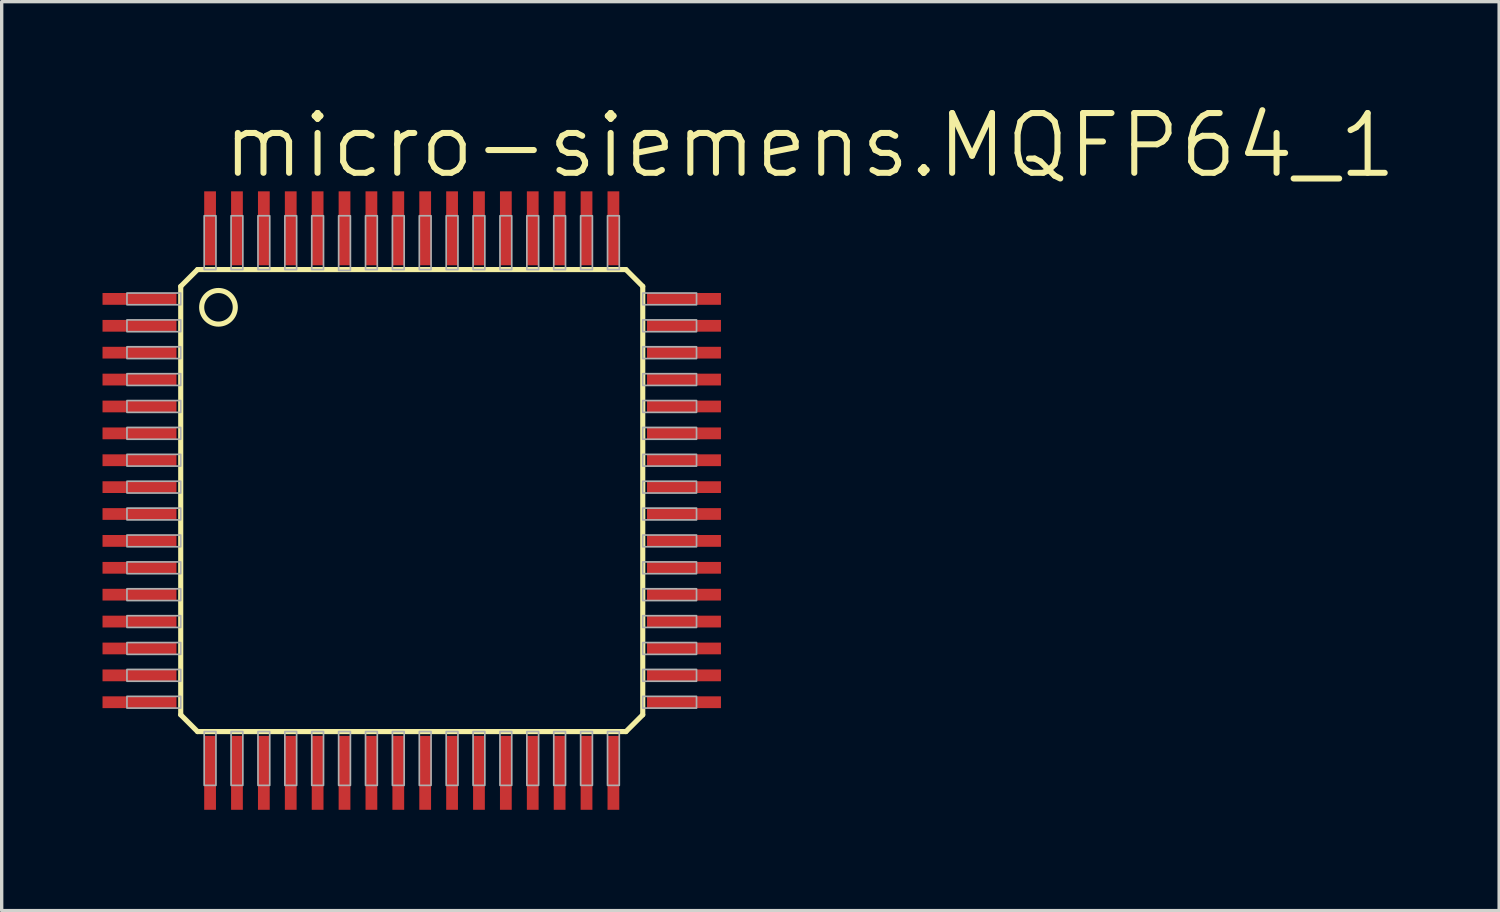
<source format=kicad_pcb>
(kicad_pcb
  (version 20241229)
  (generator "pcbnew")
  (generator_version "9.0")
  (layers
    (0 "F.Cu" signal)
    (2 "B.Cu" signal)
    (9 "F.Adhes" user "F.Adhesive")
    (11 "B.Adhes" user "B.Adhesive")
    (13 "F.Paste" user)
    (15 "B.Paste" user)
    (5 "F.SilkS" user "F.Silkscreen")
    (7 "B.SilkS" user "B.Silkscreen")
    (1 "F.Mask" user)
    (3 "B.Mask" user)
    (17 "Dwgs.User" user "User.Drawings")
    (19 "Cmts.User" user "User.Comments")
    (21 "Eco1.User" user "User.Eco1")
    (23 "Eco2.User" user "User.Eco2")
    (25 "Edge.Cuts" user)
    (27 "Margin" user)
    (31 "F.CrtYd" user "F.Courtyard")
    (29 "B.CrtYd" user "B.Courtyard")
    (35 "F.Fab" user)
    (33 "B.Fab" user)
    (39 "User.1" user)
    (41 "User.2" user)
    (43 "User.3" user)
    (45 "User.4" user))
  (footprint "micro-siemens.MQFP64_1"
    (layer "F.Cu")
    (at 9.2 11.843)
    (property "Reference" "micro-siemens.MQFP64_1" (at -5.715 -9.525 0) (layer "F.SilkS") (effects (font (size 1.778 1.778) (thickness 0.18)) (justify left bottom)))
    (attr smd)
    (fp_line (start -6.873 -6.373) (end -6.873 6.373) (stroke (width 0.152) (type default)) (layer "F.SilkS"))
    (fp_line (start -6.873 6.373) (end -6.373 6.873) (stroke (width 0.152) (type default)) (layer "F.SilkS"))
    (fp_line (start -6.373 -6.873) (end -6.873 -6.373) (stroke (width 0.152) (type default)) (layer "F.SilkS"))
    (fp_line (start -6.373 6.873) (end 6.373 6.873) (stroke (width 0.152) (type default)) (layer "F.SilkS"))
    (fp_line (start 6.373 -6.873) (end -6.373 -6.873) (stroke (width 0.152) (type default)) (layer "F.SilkS"))
    (fp_line (start 6.373 6.873) (end 6.873 6.373) (stroke (width 0.152) (type default)) (layer "F.SilkS"))
    (fp_line (start 6.873 -6.373) (end 6.373 -6.873) (stroke (width 0.152) (type default)) (layer "F.SilkS"))
    (fp_line (start 6.873 6.373) (end 6.873 -6.373) (stroke (width 0.152) (type default)) (layer "F.SilkS"))
    (fp_circle (center -5.75 -5.75) (end -5.25 -5.75) (stroke (width 0.152) (type default)) (fill no) (layer "F.SilkS"))
    (fp_rect (start -8.473 -5.825) (end -6.873 -6.175) (stroke (width 0.05) (type default)) (fill no) (layer "F.Fab"))
    (fp_rect (start -8.473 -5.025) (end -6.873 -5.375) (stroke (width 0.05) (type default)) (fill no) (layer "F.Fab"))
    (fp_rect (start -8.473 -4.225) (end -6.873 -4.575) (stroke (width 0.05) (type default)) (fill no) (layer "F.Fab"))
    (fp_rect (start -8.473 -3.425) (end -6.873 -3.775) (stroke (width 0.05) (type default)) (fill no) (layer "F.Fab"))
    (fp_rect (start -8.473 -2.625) (end -6.873 -2.975) (stroke (width 0.05) (type default)) (fill no) (layer "F.Fab"))
    (fp_rect (start -8.473 -1.825) (end -6.873 -2.175) (stroke (width 0.05) (type default)) (fill no) (layer "F.Fab"))
    (fp_rect (start -8.473 -1.025) (end -6.873 -1.375) (stroke (width 0.05) (type default)) (fill no) (layer "F.Fab"))
    (fp_rect (start -8.473 -0.225) (end -6.873 -0.575) (stroke (width 0.05) (type default)) (fill no) (layer "F.Fab"))
    (fp_rect (start -8.473 0.575) (end -6.873 0.225) (stroke (width 0.05) (type default)) (fill no) (layer "F.Fab"))
    (fp_rect (start -8.473 1.375) (end -6.873 1.025) (stroke (width 0.05) (type default)) (fill no) (layer "F.Fab"))
    (fp_rect (start -8.473 2.175) (end -6.873 1.825) (stroke (width 0.05) (type default)) (fill no) (layer "F.Fab"))
    (fp_rect (start -8.473 2.975) (end -6.873 2.625) (stroke (width 0.05) (type default)) (fill no) (layer "F.Fab"))
    (fp_rect (start -8.473 3.775) (end -6.873 3.425) (stroke (width 0.05) (type default)) (fill no) (layer "F.Fab"))
    (fp_rect (start -8.473 4.575) (end -6.873 4.225) (stroke (width 0.05) (type default)) (fill no) (layer "F.Fab"))
    (fp_rect (start -8.473 5.375) (end -6.873 5.025) (stroke (width 0.05) (type default)) (fill no) (layer "F.Fab"))
    (fp_rect (start -8.473 6.175) (end -6.873 5.825) (stroke (width 0.05) (type default)) (fill no) (layer "F.Fab"))
    (fp_rect (start -6.175 -6.873) (end -5.825 -8.473) (stroke (width 0.05) (type default)) (fill no) (layer "F.Fab"))
    (fp_rect (start -6.175 8.473) (end -5.825 6.873) (stroke (width 0.05) (type default)) (fill no) (layer "F.Fab"))
    (fp_rect (start -5.375 -6.873) (end -5.025 -8.473) (stroke (width 0.05) (type default)) (fill no) (layer "F.Fab"))
    (fp_rect (start -5.375 8.473) (end -5.025 6.873) (stroke (width 0.05) (type default)) (fill no) (layer "F.Fab"))
    (fp_rect (start -4.575 -6.873) (end -4.225 -8.473) (stroke (width 0.05) (type default)) (fill no) (layer "F.Fab"))
    (fp_rect (start -4.575 8.473) (end -4.225 6.873) (stroke (width 0.05) (type default)) (fill no) (layer "F.Fab"))
    (fp_rect (start -3.775 -6.873) (end -3.425 -8.473) (stroke (width 0.05) (type default)) (fill no) (layer "F.Fab"))
    (fp_rect (start -3.775 8.473) (end -3.425 6.873) (stroke (width 0.05) (type default)) (fill no) (layer "F.Fab"))
    (fp_rect (start -2.975 -6.873) (end -2.625 -8.473) (stroke (width 0.05) (type default)) (fill no) (layer "F.Fab"))
    (fp_rect (start -2.975 8.473) (end -2.625 6.873) (stroke (width 0.05) (type default)) (fill no) (layer "F.Fab"))
    (fp_rect (start -2.175 -6.848) (end -1.825 -8.473) (stroke (width 0.05) (type default)) (fill no) (layer "F.Fab"))
    (fp_rect (start -2.175 8.473) (end -1.825 6.873) (stroke (width 0.05) (type default)) (fill no) (layer "F.Fab"))
    (fp_rect (start -1.375 -6.873) (end -1.025 -8.473) (stroke (width 0.05) (type default)) (fill no) (layer "F.Fab"))
    (fp_rect (start -1.375 8.473) (end -1.025 6.873) (stroke (width 0.05) (type default)) (fill no) (layer "F.Fab"))
    (fp_rect (start -0.575 -6.873) (end -0.225 -8.473) (stroke (width 0.05) (type default)) (fill no) (layer "F.Fab"))
    (fp_rect (start -0.575 8.473) (end -0.225 6.873) (stroke (width 0.05) (type default)) (fill no) (layer "F.Fab"))
    (fp_rect (start 0.225 -6.873) (end 0.575 -8.473) (stroke (width 0.05) (type default)) (fill no) (layer "F.Fab"))
    (fp_rect (start 0.225 8.473) (end 0.575 6.873) (stroke (width 0.05) (type default)) (fill no) (layer "F.Fab"))
    (fp_rect (start 1.025 -6.873) (end 1.375 -8.473) (stroke (width 0.05) (type default)) (fill no) (layer "F.Fab"))
    (fp_rect (start 1.025 8.473) (end 1.375 6.873) (stroke (width 0.05) (type default)) (fill no) (layer "F.Fab"))
    (fp_rect (start 1.825 -6.873) (end 2.175 -8.473) (stroke (width 0.05) (type default)) (fill no) (layer "F.Fab"))
    (fp_rect (start 1.825 8.473) (end 2.175 6.873) (stroke (width 0.05) (type default)) (fill no) (layer "F.Fab"))
    (fp_rect (start 2.625 -6.873) (end 2.975 -8.473) (stroke (width 0.05) (type default)) (fill no) (layer "F.Fab"))
    (fp_rect (start 2.625 8.473) (end 2.975 6.873) (stroke (width 0.05) (type default)) (fill no) (layer "F.Fab"))
    (fp_rect (start 3.425 -6.873) (end 3.775 -8.473) (stroke (width 0.05) (type default)) (fill no) (layer "F.Fab"))
    (fp_rect (start 3.425 8.473) (end 3.775 6.873) (stroke (width 0.05) (type default)) (fill no) (layer "F.Fab"))
    (fp_rect (start 4.225 -6.873) (end 4.575 -8.473) (stroke (width 0.05) (type default)) (fill no) (layer "F.Fab"))
    (fp_rect (start 4.225 8.473) (end 4.575 6.873) (stroke (width 0.05) (type default)) (fill no) (layer "F.Fab"))
    (fp_rect (start 5.025 -6.873) (end 5.375 -8.473) (stroke (width 0.05) (type default)) (fill no) (layer "F.Fab"))
    (fp_rect (start 5.025 8.473) (end 5.375 6.873) (stroke (width 0.05) (type default)) (fill no) (layer "F.Fab"))
    (fp_rect (start 5.825 -6.873) (end 6.175 -8.473) (stroke (width 0.05) (type default)) (fill no) (layer "F.Fab"))
    (fp_rect (start 5.825 8.473) (end 6.175 6.873) (stroke (width 0.05) (type default)) (fill no) (layer "F.Fab"))
    (fp_rect (start 6.873 -5.825) (end 8.473 -6.175) (stroke (width 0.05) (type default)) (fill no) (layer "F.Fab"))
    (fp_rect (start 6.873 -5.025) (end 8.473 -5.375) (stroke (width 0.05) (type default)) (fill no) (layer "F.Fab"))
    (fp_rect (start 6.873 -4.225) (end 8.473 -4.575) (stroke (width 0.05) (type default)) (fill no) (layer "F.Fab"))
    (fp_rect (start 6.873 -3.425) (end 8.473 -3.775) (stroke (width 0.05) (type default)) (fill no) (layer "F.Fab"))
    (fp_rect (start 6.873 -2.625) (end 8.473 -2.975) (stroke (width 0.05) (type default)) (fill no) (layer "F.Fab"))
    (fp_rect (start 6.873 -1.825) (end 8.473 -2.175) (stroke (width 0.05) (type default)) (fill no) (layer "F.Fab"))
    (fp_rect (start 6.873 -1.025) (end 8.473 -1.375) (stroke (width 0.05) (type default)) (fill no) (layer "F.Fab"))
    (fp_rect (start 6.873 -0.225) (end 8.473 -0.575) (stroke (width 0.05) (type default)) (fill no) (layer "F.Fab"))
    (fp_rect (start 6.873 0.575) (end 8.473 0.225) (stroke (width 0.05) (type default)) (fill no) (layer "F.Fab"))
    (fp_rect (start 6.873 1.375) (end 8.473 1.025) (stroke (width 0.05) (type default)) (fill no) (layer "F.Fab"))
    (fp_rect (start 6.873 2.175) (end 8.473 1.825) (stroke (width 0.05) (type default)) (fill no) (layer "F.Fab"))
    (fp_rect (start 6.873 2.975) (end 8.473 2.625) (stroke (width 0.05) (type default)) (fill no) (layer "F.Fab"))
    (fp_rect (start 6.873 3.775) (end 8.473 3.425) (stroke (width 0.05) (type default)) (fill no) (layer "F.Fab"))
    (fp_rect (start 6.873 4.575) (end 8.473 4.225) (stroke (width 0.05) (type default)) (fill no) (layer "F.Fab"))
    (fp_rect (start 6.873 5.375) (end 8.473 5.025) (stroke (width 0.05) (type default)) (fill no) (layer "F.Fab"))
    (fp_rect (start 6.873 6.175) (end 8.473 5.825) (stroke (width 0.05) (type default)) (fill no) (layer "F.Fab"))
    (pad "1" smd roundrect (at -8.1 -6) (size 2.2 0.35) (layers "F.Cu" "F.Mask" "F.Paste") (roundrect_rratio 0.01))
    (pad "2" smd roundrect (at -8.1 -5.2) (size 2.2 0.35) (layers "F.Cu" "F.Mask" "F.Paste") (roundrect_rratio 0.01))
    (pad "3" smd roundrect (at -8.1 -4.4) (size 2.2 0.35) (layers "F.Cu" "F.Mask" "F.Paste") (roundrect_rratio 0.01))
    (pad "4" smd roundrect (at -8.1 -3.6) (size 2.2 0.35) (layers "F.Cu" "F.Mask" "F.Paste") (roundrect_rratio 0.01))
    (pad "5" smd roundrect (at -8.1 -2.8) (size 2.2 0.35) (layers "F.Cu" "F.Mask" "F.Paste") (roundrect_rratio 0.01))
    (pad "6" smd roundrect (at -8.1 -2) (size 2.2 0.35) (layers "F.Cu" "F.Mask" "F.Paste") (roundrect_rratio 0.01))
    (pad "7" smd roundrect (at -8.1 -1.2) (size 2.2 0.35) (layers "F.Cu" "F.Mask" "F.Paste") (roundrect_rratio 0.01))
    (pad "8" smd roundrect (at -8.1 -0.4) (size 2.2 0.35) (layers "F.Cu" "F.Mask" "F.Paste") (roundrect_rratio 0.01))
    (pad "9" smd roundrect (at -8.1 0.4) (size 2.2 0.35) (layers "F.Cu" "F.Mask" "F.Paste") (roundrect_rratio 0.01))
    (pad "10" smd roundrect (at -8.1 1.2) (size 2.2 0.35) (layers "F.Cu" "F.Mask" "F.Paste") (roundrect_rratio 0.01))
    (pad "11" smd roundrect (at -8.1 2) (size 2.2 0.35) (layers "F.Cu" "F.Mask" "F.Paste") (roundrect_rratio 0.01))
    (pad "12" smd roundrect (at -8.1 2.8) (size 2.2 0.35) (layers "F.Cu" "F.Mask" "F.Paste") (roundrect_rratio 0.01))
    (pad "13" smd roundrect (at -8.1 3.6) (size 2.2 0.35) (layers "F.Cu" "F.Mask" "F.Paste") (roundrect_rratio 0.01))
    (pad "14" smd roundrect (at -8.1 4.4) (size 2.2 0.35) (layers "F.Cu" "F.Mask" "F.Paste") (roundrect_rratio 0.01))
    (pad "15" smd roundrect (at -8.1 5.2) (size 2.2 0.35) (layers "F.Cu" "F.Mask" "F.Paste") (roundrect_rratio 0.01))
    (pad "16" smd roundrect (at -8.1 6) (size 2.2 0.35) (layers "F.Cu" "F.Mask" "F.Paste") (roundrect_rratio 0.01))
    (pad "17" smd roundrect (at -6 8.1) (size 0.35 2.2) (layers "F.Cu" "F.Mask" "F.Paste") (roundrect_rratio 0.01))
    (pad "18" smd roundrect (at -5.2 8.1) (size 0.35 2.2) (layers "F.Cu" "F.Mask" "F.Paste") (roundrect_rratio 0.01))
    (pad "19" smd roundrect (at -4.4 8.1) (size 0.35 2.2) (layers "F.Cu" "F.Mask" "F.Paste") (roundrect_rratio 0.01))
    (pad "20" smd roundrect (at -3.6 8.1) (size 0.35 2.2) (layers "F.Cu" "F.Mask" "F.Paste") (roundrect_rratio 0.01))
    (pad "21" smd roundrect (at -2.8 8.1) (size 0.35 2.2) (layers "F.Cu" "F.Mask" "F.Paste") (roundrect_rratio 0.01))
    (pad "22" smd roundrect (at -2 8.1) (size 0.35 2.2) (layers "F.Cu" "F.Mask" "F.Paste") (roundrect_rratio 0.01))
    (pad "23" smd roundrect (at -1.2 8.1) (size 0.35 2.2) (layers "F.Cu" "F.Mask" "F.Paste") (roundrect_rratio 0.01))
    (pad "24" smd roundrect (at -0.4 8.1) (size 0.35 2.2) (layers "F.Cu" "F.Mask" "F.Paste") (roundrect_rratio 0.01))
    (pad "25" smd roundrect (at 0.4 8.1) (size 0.35 2.2) (layers "F.Cu" "F.Mask" "F.Paste") (roundrect_rratio 0.01))
    (pad "26" smd roundrect (at 1.2 8.1) (size 0.35 2.2) (layers "F.Cu" "F.Mask" "F.Paste") (roundrect_rratio 0.01))
    (pad "27" smd roundrect (at 2 8.1) (size 0.35 2.2) (layers "F.Cu" "F.Mask" "F.Paste") (roundrect_rratio 0.01))
    (pad "28" smd roundrect (at 2.8 8.1) (size 0.35 2.2) (layers "F.Cu" "F.Mask" "F.Paste") (roundrect_rratio 0.01))
    (pad "29" smd roundrect (at 3.6 8.1) (size 0.35 2.2) (layers "F.Cu" "F.Mask" "F.Paste") (roundrect_rratio 0.01))
    (pad "30" smd roundrect (at 4.4 8.1) (size 0.35 2.2) (layers "F.Cu" "F.Mask" "F.Paste") (roundrect_rratio 0.01))
    (pad "31" smd roundrect (at 5.2 8.1) (size 0.35 2.2) (layers "F.Cu" "F.Mask" "F.Paste") (roundrect_rratio 0.01))
    (pad "32" smd roundrect (at 6 8.1) (size 0.35 2.2) (layers "F.Cu" "F.Mask" "F.Paste") (roundrect_rratio 0.01))
    (pad "33" smd roundrect (at 8.1 6) (size 2.2 0.35) (layers "F.Cu" "F.Mask" "F.Paste") (roundrect_rratio 0.01))
    (pad "34" smd roundrect (at 8.1 5.2) (size 2.2 0.35) (layers "F.Cu" "F.Mask" "F.Paste") (roundrect_rratio 0.01))
    (pad "35" smd roundrect (at 8.1 4.4) (size 2.2 0.35) (layers "F.Cu" "F.Mask" "F.Paste") (roundrect_rratio 0.01))
    (pad "36" smd roundrect (at 8.1 3.6) (size 2.2 0.35) (layers "F.Cu" "F.Mask" "F.Paste") (roundrect_rratio 0.01))
    (pad "37" smd roundrect (at 8.1 2.8) (size 2.2 0.35) (layers "F.Cu" "F.Mask" "F.Paste") (roundrect_rratio 0.01))
    (pad "38" smd roundrect (at 8.1 2) (size 2.2 0.35) (layers "F.Cu" "F.Mask" "F.Paste") (roundrect_rratio 0.01))
    (pad "39" smd roundrect (at 8.1 1.2) (size 2.2 0.35) (layers "F.Cu" "F.Mask" "F.Paste") (roundrect_rratio 0.01))
    (pad "40" smd roundrect (at 8.1 0.4) (size 2.2 0.35) (layers "F.Cu" "F.Mask" "F.Paste") (roundrect_rratio 0.01))
    (pad "41" smd roundrect (at 8.1 -0.4) (size 2.2 0.35) (layers "F.Cu" "F.Mask" "F.Paste") (roundrect_rratio 0.01))
    (pad "42" smd roundrect (at 8.1 -1.2) (size 2.2 0.35) (layers "F.Cu" "F.Mask" "F.Paste") (roundrect_rratio 0.01))
    (pad "43" smd roundrect (at 8.1 -2) (size 2.2 0.35) (layers "F.Cu" "F.Mask" "F.Paste") (roundrect_rratio 0.01))
    (pad "44" smd roundrect (at 8.1 -2.8) (size 2.2 0.35) (layers "F.Cu" "F.Mask" "F.Paste") (roundrect_rratio 0.01))
    (pad "45" smd roundrect (at 8.1 -3.6) (size 2.2 0.35) (layers "F.Cu" "F.Mask" "F.Paste") (roundrect_rratio 0.01))
    (pad "46" smd roundrect (at 8.1 -4.4) (size 2.2 0.35) (layers "F.Cu" "F.Mask" "F.Paste") (roundrect_rratio 0.01))
    (pad "47" smd roundrect (at 8.1 -5.2) (size 2.2 0.35) (layers "F.Cu" "F.Mask" "F.Paste") (roundrect_rratio 0.01))
    (pad "48" smd roundrect (at 8.1 -6) (size 2.2 0.35) (layers "F.Cu" "F.Mask" "F.Paste") (roundrect_rratio 0.01))
    (pad "49" smd roundrect (at 6 -8.1) (size 0.35 2.2) (layers "F.Cu" "F.Mask" "F.Paste") (roundrect_rratio 0.01))
    (pad "50" smd roundrect (at 5.2 -8.1) (size 0.35 2.2) (layers "F.Cu" "F.Mask" "F.Paste") (roundrect_rratio 0.01))
    (pad "51" smd roundrect (at 4.4 -8.1) (size 0.35 2.2) (layers "F.Cu" "F.Mask" "F.Paste") (roundrect_rratio 0.01))
    (pad "52" smd roundrect (at 3.6 -8.1) (size 0.35 2.2) (layers "F.Cu" "F.Mask" "F.Paste") (roundrect_rratio 0.01))
    (pad "53" smd roundrect (at 2.8 -8.1) (size 0.35 2.2) (layers "F.Cu" "F.Mask" "F.Paste") (roundrect_rratio 0.01))
    (pad "54" smd roundrect (at 2 -8.1) (size 0.35 2.2) (layers "F.Cu" "F.Mask" "F.Paste") (roundrect_rratio 0.01))
    (pad "55" smd roundrect (at 1.2 -8.1) (size 0.35 2.2) (layers "F.Cu" "F.Mask" "F.Paste") (roundrect_rratio 0.01))
    (pad "56" smd roundrect (at 0.4 -8.1) (size 0.35 2.2) (layers "F.Cu" "F.Mask" "F.Paste") (roundrect_rratio 0.01))
    (pad "57" smd roundrect (at -0.4 -8.1) (size 0.35 2.2) (layers "F.Cu" "F.Mask" "F.Paste") (roundrect_rratio 0.01))
    (pad "58" smd roundrect (at -1.2 -8.1) (size 0.35 2.2) (layers "F.Cu" "F.Mask" "F.Paste") (roundrect_rratio 0.01))
    (pad "59" smd roundrect (at -2 -8.1) (size 0.35 2.2) (layers "F.Cu" "F.Mask" "F.Paste") (roundrect_rratio 0.01))
    (pad "60" smd roundrect (at -2.8 -8.1) (size 0.35 2.2) (layers "F.Cu" "F.Mask" "F.Paste") (roundrect_rratio 0.01))
    (pad "61" smd roundrect (at -3.6 -8.1) (size 0.35 2.2) (layers "F.Cu" "F.Mask" "F.Paste") (roundrect_rratio 0.01))
    (pad "62" smd roundrect (at -4.4 -8.1) (size 0.35 2.2) (layers "F.Cu" "F.Mask" "F.Paste") (roundrect_rratio 0.01))
    (pad "63" smd roundrect (at -5.2 -8.1) (size 0.35 2.2) (layers "F.Cu" "F.Mask" "F.Paste") (roundrect_rratio 0.01))
    (pad "64" smd roundrect (at -6 -8.1) (size 0.35 2.2) (layers "F.Cu" "F.Mask" "F.Paste") (roundrect_rratio 0.01)))
  (gr_rect
    (start -3 -3)
    (end 41.552 24.043)
    (stroke (width 0.1) (type default))
    (fill no)
    (layer "Edge.Cuts")))
</source>
